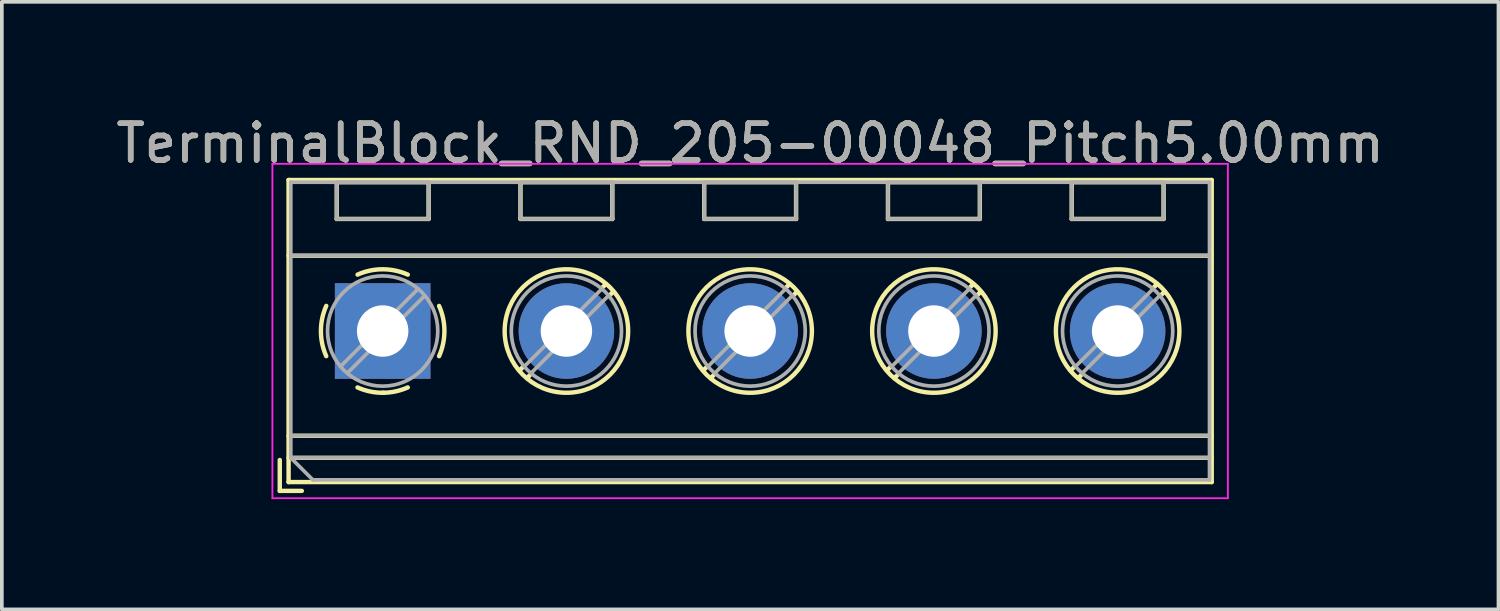
<source format=kicad_pcb>
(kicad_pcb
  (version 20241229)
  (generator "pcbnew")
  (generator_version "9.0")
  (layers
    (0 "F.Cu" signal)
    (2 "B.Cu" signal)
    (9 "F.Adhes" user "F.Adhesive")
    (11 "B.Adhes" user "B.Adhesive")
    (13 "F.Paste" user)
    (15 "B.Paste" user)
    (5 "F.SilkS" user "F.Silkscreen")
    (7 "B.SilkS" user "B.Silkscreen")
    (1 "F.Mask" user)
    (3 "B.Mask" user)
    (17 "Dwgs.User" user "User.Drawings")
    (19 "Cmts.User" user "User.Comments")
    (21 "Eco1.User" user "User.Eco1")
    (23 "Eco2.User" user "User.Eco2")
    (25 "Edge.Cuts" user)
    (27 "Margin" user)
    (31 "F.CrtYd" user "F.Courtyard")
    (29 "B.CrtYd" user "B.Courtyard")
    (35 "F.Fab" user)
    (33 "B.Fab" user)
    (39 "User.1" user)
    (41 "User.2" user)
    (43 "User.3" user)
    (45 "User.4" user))
  (footprint "TerminalBlock_RND_205-00048_Pitch5.00mm"
    (layer "F.Cu")
    (at 7.363 5.958)
    (property "Reference" "TerminalBlock_RND_205-00048_Pitch5.00mm" (at 10 -5.11 0) (layer "F.SilkS") (effects (font (size 1 1) (thickness 0.15))))
    (attr through_hole)
    (fp_line (start -2.8 3.51) (end -2.8 4.35) (stroke (width 0.12) (type solid)) (layer "F.SilkS"))
    (fp_line (start -2.8 4.35) (end -2.2 4.35) (stroke (width 0.12) (type solid)) (layer "F.SilkS"))
    (fp_line (start -2.56 -4.11) (end -2.56 4.11) (stroke (width 0.12) (type solid)) (layer "F.SilkS"))
    (fp_line (start -2.56 -2.05) (end 22.56 -2.05) (stroke (width 0.12) (type solid)) (layer "F.SilkS"))
    (fp_line (start -2.56 2.85) (end 22.56 2.85) (stroke (width 0.12) (type solid)) (layer "F.SilkS"))
    (fp_line (start -2.56 3.45) (end 22.56 3.45) (stroke (width 0.12) (type solid)) (layer "F.SilkS"))
    (fp_line (start -2.56 4.11) (end 22.56 4.11) (stroke (width 0.12) (type solid)) (layer "F.SilkS"))
    (fp_line (start -1.25 -4.05) (end -1.25 -3.05) (stroke (width 0.12) (type solid)) (layer "F.SilkS"))
    (fp_line (start -1.25 -4.05) (end 1.25 -4.05) (stroke (width 0.12) (type solid)) (layer "F.SilkS"))
    (fp_line (start -1.25 -3.05) (end 1.25 -3.05) (stroke (width 0.12) (type solid)) (layer "F.SilkS"))
    (fp_line (start 1.25 -4.05) (end 1.25 -3.05) (stroke (width 0.12) (type solid)) (layer "F.SilkS"))
    (fp_line (start 3.75 -4.05) (end 3.75 -3.05) (stroke (width 0.12) (type solid)) (layer "F.SilkS"))
    (fp_line (start 3.75 -4.05) (end 6.25 -4.05) (stroke (width 0.12) (type solid)) (layer "F.SilkS"))
    (fp_line (start 3.75 -3.05) (end 6.25 -3.05) (stroke (width 0.12) (type solid)) (layer "F.SilkS"))
    (fp_line (start 3.82 0.976) (end 3.726 1.069) (stroke (width 0.12) (type solid)) (layer "F.SilkS"))
    (fp_line (start 4.002 1.204) (end 3.931 1.274) (stroke (width 0.12) (type solid)) (layer "F.SilkS"))
    (fp_line (start 6.07 -1.275) (end 5.999 -1.204) (stroke (width 0.12) (type solid)) (layer "F.SilkS"))
    (fp_line (start 6.25 -4.05) (end 6.25 -3.05) (stroke (width 0.12) (type solid)) (layer "F.SilkS"))
    (fp_line (start 6.275 -1.069) (end 6.181 -0.976) (stroke (width 0.12) (type solid)) (layer "F.SilkS"))
    (fp_line (start 8.75 -4.05) (end 8.75 -3.05) (stroke (width 0.12) (type solid)) (layer "F.SilkS"))
    (fp_line (start 8.75 -4.05) (end 11.25 -4.05) (stroke (width 0.12) (type solid)) (layer "F.SilkS"))
    (fp_line (start 8.75 -3.05) (end 11.25 -3.05) (stroke (width 0.12) (type solid)) (layer "F.SilkS"))
    (fp_line (start 8.82 0.976) (end 8.726 1.069) (stroke (width 0.12) (type solid)) (layer "F.SilkS"))
    (fp_line (start 9.002 1.204) (end 8.931 1.274) (stroke (width 0.12) (type solid)) (layer "F.SilkS"))
    (fp_line (start 11.07 -1.275) (end 10.999 -1.204) (stroke (width 0.12) (type solid)) (layer "F.SilkS"))
    (fp_line (start 11.25 -4.05) (end 11.25 -3.05) (stroke (width 0.12) (type solid)) (layer "F.SilkS"))
    (fp_line (start 11.275 -1.069) (end 11.181 -0.976) (stroke (width 0.12) (type solid)) (layer "F.SilkS"))
    (fp_line (start 13.75 -4.05) (end 13.75 -3.05) (stroke (width 0.12) (type solid)) (layer "F.SilkS"))
    (fp_line (start 13.75 -4.05) (end 16.25 -4.05) (stroke (width 0.12) (type solid)) (layer "F.SilkS"))
    (fp_line (start 13.75 -3.05) (end 16.25 -3.05) (stroke (width 0.12) (type solid)) (layer "F.SilkS"))
    (fp_line (start 13.82 0.976) (end 13.726 1.069) (stroke (width 0.12) (type solid)) (layer "F.SilkS"))
    (fp_line (start 14.002 1.204) (end 13.931 1.274) (stroke (width 0.12) (type solid)) (layer "F.SilkS"))
    (fp_line (start 16.07 -1.275) (end 15.999 -1.204) (stroke (width 0.12) (type solid)) (layer "F.SilkS"))
    (fp_line (start 16.25 -4.05) (end 16.25 -3.05) (stroke (width 0.12) (type solid)) (layer "F.SilkS"))
    (fp_line (start 16.275 -1.069) (end 16.181 -0.976) (stroke (width 0.12) (type solid)) (layer "F.SilkS"))
    (fp_line (start 18.75 -4.05) (end 18.75 -3.05) (stroke (width 0.12) (type solid)) (layer "F.SilkS"))
    (fp_line (start 18.75 -4.05) (end 21.25 -4.05) (stroke (width 0.12) (type solid)) (layer "F.SilkS"))
    (fp_line (start 18.75 -3.05) (end 21.25 -3.05) (stroke (width 0.12) (type solid)) (layer "F.SilkS"))
    (fp_line (start 18.82 0.976) (end 18.726 1.069) (stroke (width 0.12) (type solid)) (layer "F.SilkS"))
    (fp_line (start 19.002 1.204) (end 18.931 1.274) (stroke (width 0.12) (type solid)) (layer "F.SilkS"))
    (fp_line (start 21.07 -1.275) (end 20.999 -1.204) (stroke (width 0.12) (type solid)) (layer "F.SilkS"))
    (fp_line (start 21.25 -4.05) (end 21.25 -3.05) (stroke (width 0.12) (type solid)) (layer "F.SilkS"))
    (fp_line (start 21.275 -1.069) (end 21.181 -0.976) (stroke (width 0.12) (type solid)) (layer "F.SilkS"))
    (fp_line (start 22.56 -4.11) (end -2.56 -4.11) (stroke (width 0.12) (type solid)) (layer "F.SilkS"))
    (fp_line (start 22.56 4.11) (end 22.56 -4.11) (stroke (width 0.12) (type solid)) (layer "F.SilkS"))
    (fp_arc (start -1.535427 0.683042) (mid -1.680501 -0.000524) (end -1.535 -0.684) (stroke (width 0.12) (type solid)) (layer "F.SilkS"))
    (fp_arc (start -0.683042 -1.535427) (mid 0.000524 -1.680501) (end 0.684 -1.535) (stroke (width 0.12) (type solid)) (layer "F.SilkS"))
    (fp_arc (start 0.028805 1.680253) (mid -0.335551 1.646659) (end -0.684 1.535) (stroke (width 0.12) (type solid)) (layer "F.SilkS"))
    (fp_arc (start 0.683318 1.534756) (mid 0.349292 1.643288) (end 0 1.68) (stroke (width 0.12) (type solid)) (layer "F.SilkS"))
    (fp_arc (start 1.535427 -0.683042) (mid 1.680501 0.000524) (end 1.535 0.684) (stroke (width 0.12) (type solid)) (layer "F.SilkS"))
    (fp_circle (center 5 0) (end 6.68 0) (stroke (width 0.12) (type solid)) (fill no) (layer "F.SilkS"))
    (fp_circle (center 10 0) (end 11.68 0) (stroke (width 0.12) (type solid)) (fill no) (layer "F.SilkS"))
    (fp_circle (center 15 0) (end 16.68 0) (stroke (width 0.12) (type solid)) (fill no) (layer "F.SilkS"))
    (fp_circle (center 20 0) (end 21.68 0) (stroke (width 0.12) (type solid)) (fill no) (layer "F.SilkS"))
    (fp_line (start -3 -4.55) (end -3 4.55) (stroke (width 0.05) (type solid)) (layer "F.CrtYd"))
    (fp_line (start -3 4.55) (end 23 4.55) (stroke (width 0.05) (type solid)) (layer "F.CrtYd"))
    (fp_line (start 23 -4.55) (end -3 -4.55) (stroke (width 0.05) (type solid)) (layer "F.CrtYd"))
    (fp_line (start 23 4.55) (end 23 -4.55) (stroke (width 0.05) (type solid)) (layer "F.CrtYd"))
    (fp_line (start -2.5 -4.05) (end 22.5 -4.05) (stroke (width 0.1) (type solid)) (layer "F.Fab"))
    (fp_line (start -2.5 -2.05) (end 22.5 -2.05) (stroke (width 0.1) (type solid)) (layer "F.Fab"))
    (fp_line (start -2.5 2.85) (end 22.5 2.85) (stroke (width 0.1) (type solid)) (layer "F.Fab"))
    (fp_line (start -2.5 3.45) (end -2.5 -4.05) (stroke (width 0.1) (type solid)) (layer "F.Fab"))
    (fp_line (start -2.5 3.45) (end 22.5 3.45) (stroke (width 0.1) (type solid)) (layer "F.Fab"))
    (fp_line (start -1.9 4.05) (end -2.5 3.45) (stroke (width 0.1) (type solid)) (layer "F.Fab"))
    (fp_line (start -1.25 -4.05) (end -1.25 -3.05) (stroke (width 0.1) (type solid)) (layer "F.Fab"))
    (fp_line (start -1.25 -3.05) (end 1.25 -3.05) (stroke (width 0.1) (type solid)) (layer "F.Fab"))
    (fp_line (start 0.955 -1.138) (end -1.138 0.955) (stroke (width 0.1) (type solid)) (layer "F.Fab"))
    (fp_line (start 1.138 -0.955) (end -0.955 1.138) (stroke (width 0.1) (type solid)) (layer "F.Fab"))
    (fp_line (start 1.25 -4.05) (end -1.25 -4.05) (stroke (width 0.1) (type solid)) (layer "F.Fab"))
    (fp_line (start 1.25 -3.05) (end 1.25 -4.05) (stroke (width 0.1) (type solid)) (layer "F.Fab"))
    (fp_line (start 3.75 -4.05) (end 3.75 -3.05) (stroke (width 0.1) (type solid)) (layer "F.Fab"))
    (fp_line (start 3.75 -3.05) (end 6.25 -3.05) (stroke (width 0.1) (type solid)) (layer "F.Fab"))
    (fp_line (start 5.955 -1.138) (end 3.863 0.955) (stroke (width 0.1) (type solid)) (layer "F.Fab"))
    (fp_line (start 6.138 -0.955) (end 4.046 1.138) (stroke (width 0.1) (type solid)) (layer "F.Fab"))
    (fp_line (start 6.25 -4.05) (end 3.75 -4.05) (stroke (width 0.1) (type solid)) (layer "F.Fab"))
    (fp_line (start 6.25 -3.05) (end 6.25 -4.05) (stroke (width 0.1) (type solid)) (layer "F.Fab"))
    (fp_line (start 8.75 -4.05) (end 8.75 -3.05) (stroke (width 0.1) (type solid)) (layer "F.Fab"))
    (fp_line (start 8.75 -3.05) (end 11.25 -3.05) (stroke (width 0.1) (type solid)) (layer "F.Fab"))
    (fp_line (start 10.955 -1.138) (end 8.863 0.955) (stroke (width 0.1) (type solid)) (layer "F.Fab"))
    (fp_line (start 11.138 -0.955) (end 9.046 1.138) (stroke (width 0.1) (type solid)) (layer "F.Fab"))
    (fp_line (start 11.25 -4.05) (end 8.75 -4.05) (stroke (width 0.1) (type solid)) (layer "F.Fab"))
    (fp_line (start 11.25 -3.05) (end 11.25 -4.05) (stroke (width 0.1) (type solid)) (layer "F.Fab"))
    (fp_line (start 13.75 -4.05) (end 13.75 -3.05) (stroke (width 0.1) (type solid)) (layer "F.Fab"))
    (fp_line (start 13.75 -3.05) (end 16.25 -3.05) (stroke (width 0.1) (type solid)) (layer "F.Fab"))
    (fp_line (start 15.955 -1.138) (end 13.863 0.955) (stroke (width 0.1) (type solid)) (layer "F.Fab"))
    (fp_line (start 16.138 -0.955) (end 14.046 1.138) (stroke (width 0.1) (type solid)) (layer "F.Fab"))
    (fp_line (start 16.25 -4.05) (end 13.75 -4.05) (stroke (width 0.1) (type solid)) (layer "F.Fab"))
    (fp_line (start 16.25 -3.05) (end 16.25 -4.05) (stroke (width 0.1) (type solid)) (layer "F.Fab"))
    (fp_line (start 18.75 -4.05) (end 18.75 -3.05) (stroke (width 0.1) (type solid)) (layer "F.Fab"))
    (fp_line (start 18.75 -3.05) (end 21.25 -3.05) (stroke (width 0.1) (type solid)) (layer "F.Fab"))
    (fp_line (start 20.955 -1.138) (end 18.863 0.955) (stroke (width 0.1) (type solid)) (layer "F.Fab"))
    (fp_line (start 21.138 -0.955) (end 19.046 1.138) (stroke (width 0.1) (type solid)) (layer "F.Fab"))
    (fp_line (start 21.25 -4.05) (end 18.75 -4.05) (stroke (width 0.1) (type solid)) (layer "F.Fab"))
    (fp_line (start 21.25 -3.05) (end 21.25 -4.05) (stroke (width 0.1) (type solid)) (layer "F.Fab"))
    (fp_line (start 22.5 -4.05) (end 22.5 4.05) (stroke (width 0.1) (type solid)) (layer "F.Fab"))
    (fp_line (start 22.5 4.05) (end -1.9 4.05) (stroke (width 0.1) (type solid)) (layer "F.Fab"))
    (fp_circle (center 0 0) (end 1.5 0) (stroke (width 0.1) (type solid)) (fill no) (layer "F.Fab"))
    (fp_circle (center 5 0) (end 6.5 0) (stroke (width 0.1) (type solid)) (fill no) (layer "F.Fab"))
    (fp_circle (center 10 0) (end 11.5 0) (stroke (width 0.1) (type solid)) (fill no) (layer "F.Fab"))
    (fp_circle (center 15 0) (end 16.5 0) (stroke (width 0.1) (type solid)) (fill no) (layer "F.Fab"))
    (fp_circle (center 20 0) (end 21.5 0) (stroke (width 0.1) (type solid)) (fill no) (layer "F.Fab"))
    (fp_text user "${REFERENCE}" (at 10 -5.11 0) (layer "F.Fab") (effects (font (size 1 1) (thickness 0.15))))
    (pad "1" thru_hole rect (at 0 0) (size 2.6 2.6) (drill 1.4) (layers "*.Cu" "*.Mask"))
    (pad "2" thru_hole oval (at 5 0) (size 2.6 2.6) (drill 1.4) (layers "*.Cu" "*.Mask"))
    (pad "3" thru_hole oval (at 10 0) (size 2.6 2.6) (drill 1.4) (layers "*.Cu" "*.Mask"))
    (pad "4" thru_hole oval (at 15 0) (size 2.6 2.6) (drill 1.4) (layers "*.Cu" "*.Mask"))
    (pad "5" thru_hole oval (at 20 0) (size 2.6 2.6) (drill 1.4) (layers "*.Cu" "*.Mask")))
  (gr_rect
    (start -3 -3)
    (end 37.726 13.533)
    (stroke (width 0.1) (type default))
    (fill no)
    (layer "Edge.Cuts")))
</source>
